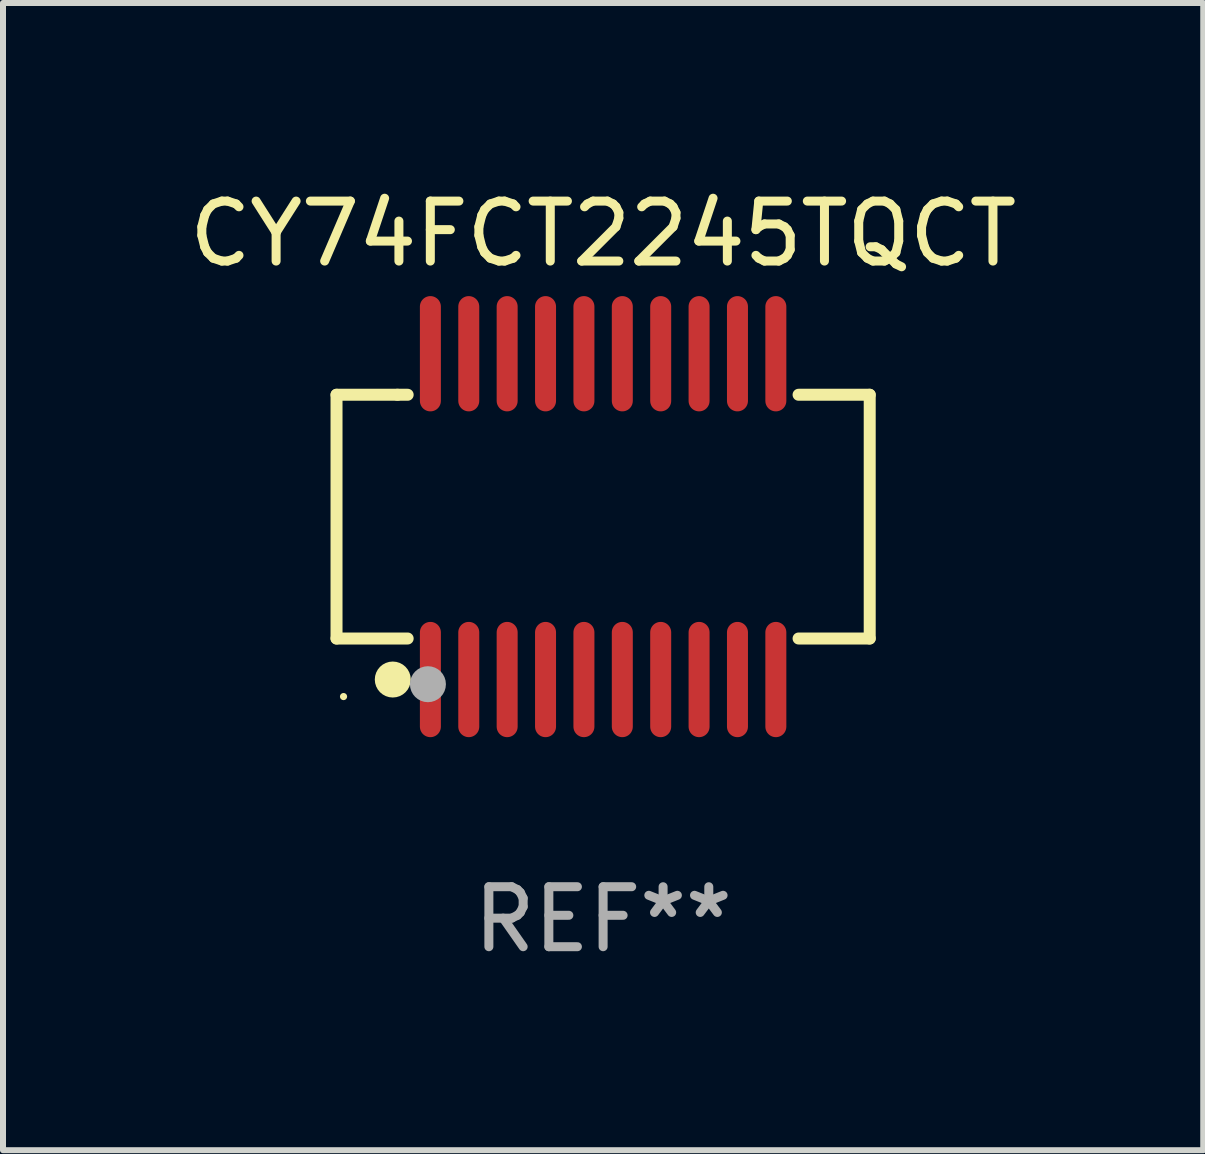
<source format=kicad_pcb>
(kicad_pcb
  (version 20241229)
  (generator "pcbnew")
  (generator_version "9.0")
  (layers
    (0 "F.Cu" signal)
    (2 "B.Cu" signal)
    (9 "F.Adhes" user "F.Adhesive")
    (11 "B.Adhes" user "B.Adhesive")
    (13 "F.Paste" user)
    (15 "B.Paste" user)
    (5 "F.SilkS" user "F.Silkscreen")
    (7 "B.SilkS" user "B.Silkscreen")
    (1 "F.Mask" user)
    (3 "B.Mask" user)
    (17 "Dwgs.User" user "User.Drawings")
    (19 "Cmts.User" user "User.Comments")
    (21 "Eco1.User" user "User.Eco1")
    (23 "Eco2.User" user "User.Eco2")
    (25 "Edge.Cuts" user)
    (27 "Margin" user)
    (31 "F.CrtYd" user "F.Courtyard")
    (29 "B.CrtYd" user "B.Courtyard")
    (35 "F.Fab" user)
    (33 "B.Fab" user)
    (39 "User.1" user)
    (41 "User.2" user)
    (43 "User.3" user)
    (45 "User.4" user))
  (footprint "CY74FCT2245TQCT"
    (layer "F.Cu")
    (at 7.006 5.564)
    (property "Reference" "CY74FCT2245TQCT" (at 0 -4.716 0) (layer "F.SilkS") (effects (font (size 1 1) (thickness 0.15))))
    (attr through_hole)
    (fp_line (start -4.445 -2.032) (end -4.445 2.032) (stroke (width 0.2) (type solid)) (layer "F.SilkS"))
    (fp_line (start -4.445 2.032) (end -3.259 2.032) (stroke (width 0.2) (type solid)) (layer "F.SilkS"))
    (fp_line (start -3.429 -2.032) (end -4.445 -2.032) (stroke (width 0.2) (type solid)) (layer "F.SilkS"))
    (fp_line (start -3.259 -2.032) (end -3.429 -2.032) (stroke (width 0.2) (type solid)) (layer "F.SilkS"))
    (fp_line (start 3.259 2.032) (end 4.445 2.032) (stroke (width 0.2) (type solid)) (layer "F.SilkS"))
    (fp_line (start 4.445 -2.032) (end 3.259 -2.032) (stroke (width 0.2) (type solid)) (layer "F.SilkS"))
    (fp_line (start 4.445 2.032) (end 4.445 -2.032) (stroke (width 0.2) (type solid)) (layer "F.SilkS"))
    (fp_circle (center -4.328 3) (end -4.298 3) (stroke (width 0.06) (type solid)) (fill no) (layer "F.SilkS"))
    (fp_circle (center -3.507 2.716) (end -3.357 2.716) (stroke (width 0.3) (type solid)) (fill no) (layer "F.SilkS"))
    (fp_circle (center -2.921 2.794) (end -2.771 2.794) (stroke (width 0.3) (type solid)) (fill no) (layer "F.Fab"))
    (fp_text user "REF**" (at 0 6.716 0) (layer "F.Fab") (effects (font (size 1 1) (thickness 0.15))))
    (pad "1" smd oval (at -2.88 2.716) (size 0.35 1.922) (layers "F.Cu" "F.Mask" "F.Paste"))
    (pad "2" smd oval (at -2.24 2.716) (size 0.35 1.922) (layers "F.Cu" "F.Mask" "F.Paste"))
    (pad "3" smd oval (at -1.6 2.716) (size 0.35 1.922) (layers "F.Cu" "F.Mask" "F.Paste"))
    (pad "4" smd oval (at -0.96 2.716) (size 0.35 1.922) (layers "F.Cu" "F.Mask" "F.Paste"))
    (pad "5" smd oval (at -0.32 2.716) (size 0.35 1.922) (layers "F.Cu" "F.Mask" "F.Paste"))
    (pad "6" smd oval (at 0.32 2.716) (size 0.35 1.922) (layers "F.Cu" "F.Mask" "F.Paste"))
    (pad "7" smd oval (at 0.96 2.716) (size 0.35 1.922) (layers "F.Cu" "F.Mask" "F.Paste"))
    (pad "8" smd oval (at 1.6 2.716) (size 0.35 1.922) (layers "F.Cu" "F.Mask" "F.Paste"))
    (pad "9" smd oval (at 2.24 2.716) (size 0.35 1.922) (layers "F.Cu" "F.Mask" "F.Paste"))
    (pad "10" smd oval (at 2.88 2.716) (size 0.35 1.922) (layers "F.Cu" "F.Mask" "F.Paste"))
    (pad "11" smd oval (at 2.88 -2.716) (size 0.35 1.922) (layers "F.Cu" "F.Mask" "F.Paste"))
    (pad "12" smd oval (at 2.24 -2.716) (size 0.35 1.922) (layers "F.Cu" "F.Mask" "F.Paste"))
    (pad "13" smd oval (at 1.6 -2.716) (size 0.35 1.922) (layers "F.Cu" "F.Mask" "F.Paste"))
    (pad "14" smd oval (at 0.96 -2.716) (size 0.35 1.922) (layers "F.Cu" "F.Mask" "F.Paste"))
    (pad "15" smd oval (at 0.32 -2.716) (size 0.35 1.922) (layers "F.Cu" "F.Mask" "F.Paste"))
    (pad "16" smd oval (at -0.32 -2.716) (size 0.35 1.922) (layers "F.Cu" "F.Mask" "F.Paste"))
    (pad "17" smd oval (at -0.96 -2.716) (size 0.35 1.922) (layers "F.Cu" "F.Mask" "F.Paste"))
    (pad "18" smd oval (at -1.6 -2.716) (size 0.35 1.922) (layers "F.Cu" "F.Mask" "F.Paste"))
    (pad "19" smd oval (at -2.24 -2.716) (size 0.35 1.922) (layers "F.Cu" "F.Mask" "F.Paste"))
    (pad "20" smd oval (at -2.88 -2.716) (size 0.35 1.922) (layers "F.Cu" "F.Mask" "F.Paste")))
  (gr_rect
    (start -3 -3)
    (end 17.012 16.128)
    (stroke (width 0.1) (type default))
    (fill no)
    (layer "Edge.Cuts")))
</source>
